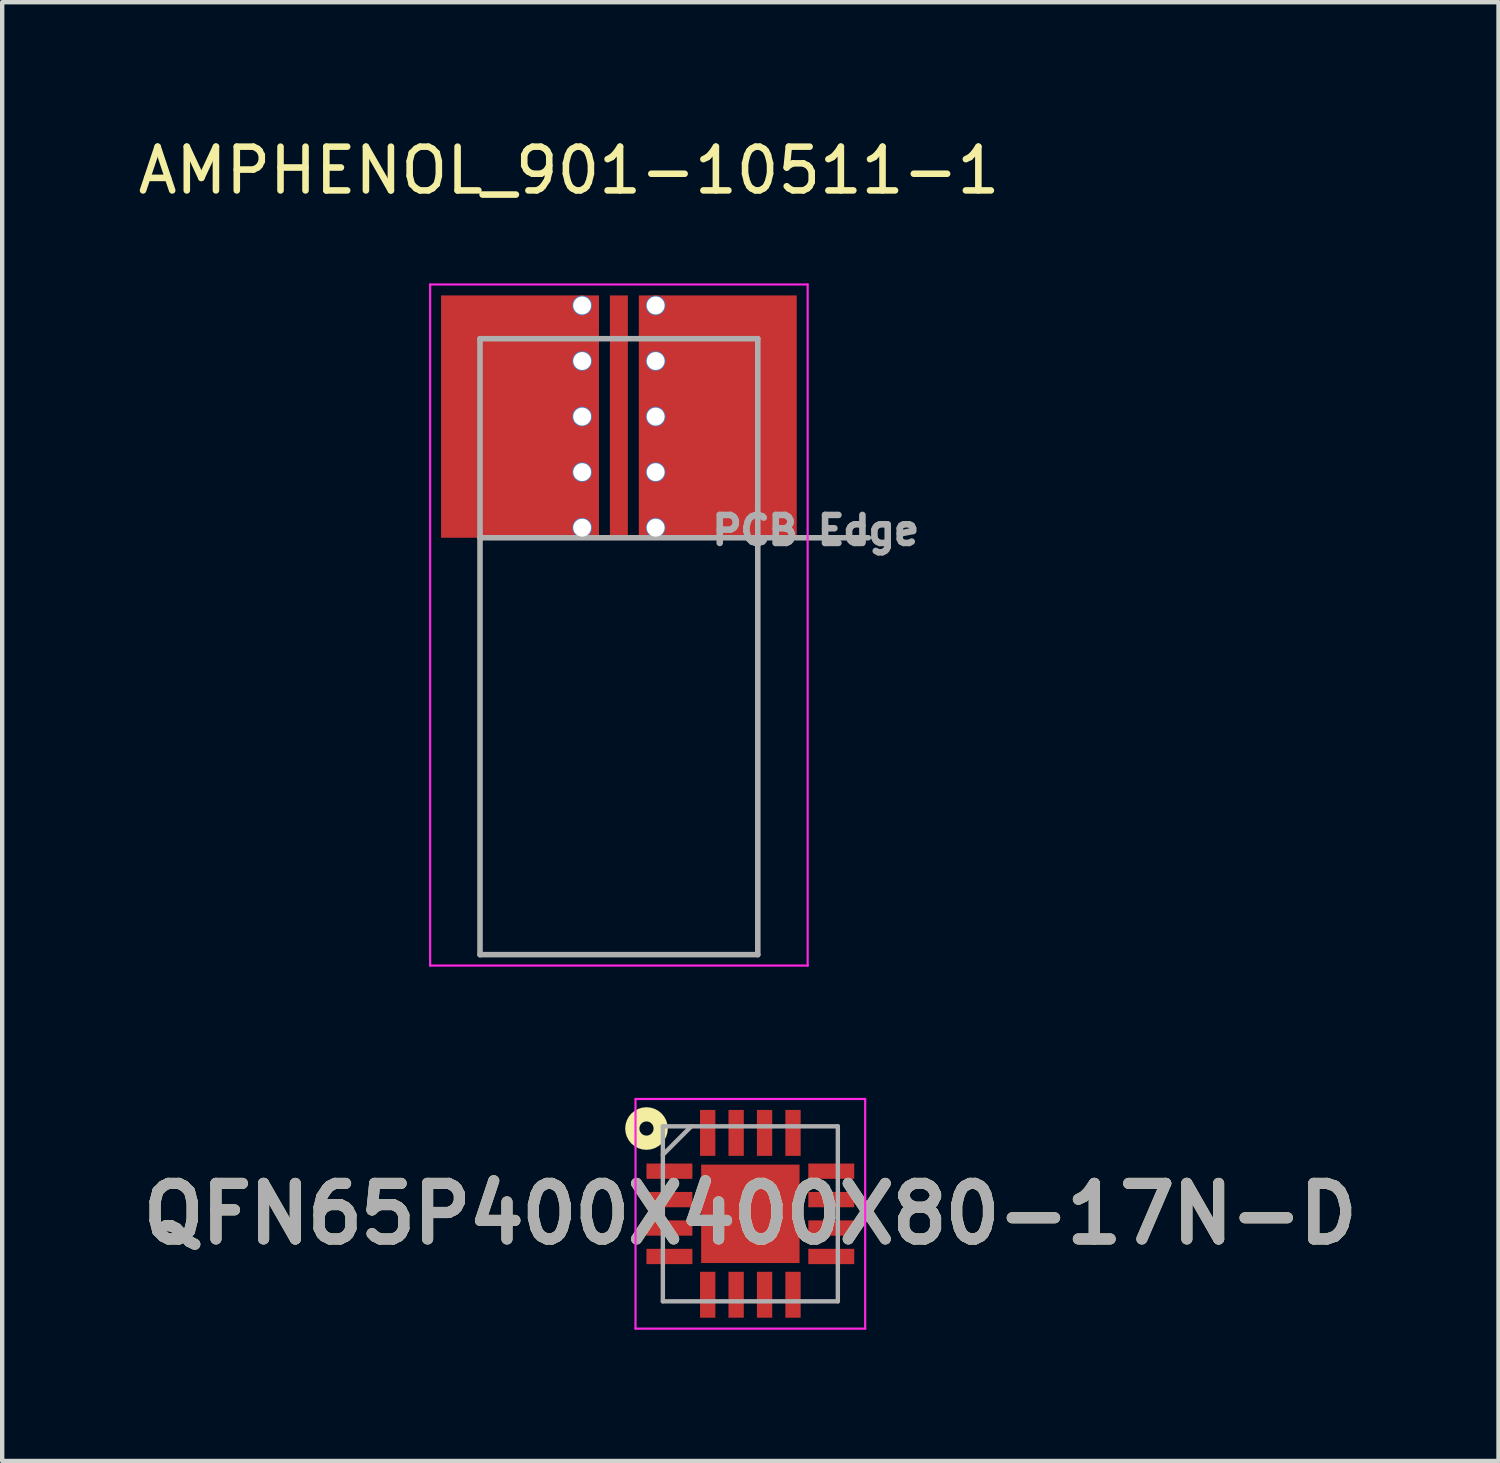
<source format=kicad_pcb>
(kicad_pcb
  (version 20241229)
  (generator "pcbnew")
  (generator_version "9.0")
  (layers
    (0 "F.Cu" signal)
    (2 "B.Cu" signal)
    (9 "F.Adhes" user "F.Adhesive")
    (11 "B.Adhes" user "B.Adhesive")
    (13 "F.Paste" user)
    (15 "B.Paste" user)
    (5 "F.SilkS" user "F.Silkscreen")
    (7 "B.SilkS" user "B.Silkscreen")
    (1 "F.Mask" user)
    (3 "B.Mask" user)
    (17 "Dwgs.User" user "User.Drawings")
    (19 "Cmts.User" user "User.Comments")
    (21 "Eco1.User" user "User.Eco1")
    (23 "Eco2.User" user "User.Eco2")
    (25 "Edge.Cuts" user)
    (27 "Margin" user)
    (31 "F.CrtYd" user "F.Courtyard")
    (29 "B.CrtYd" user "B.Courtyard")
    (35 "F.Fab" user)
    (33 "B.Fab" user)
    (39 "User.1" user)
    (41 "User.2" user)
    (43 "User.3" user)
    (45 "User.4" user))
  (footprint "AMPHENOL_901-10511-1"
    (layer "F.Cu")
    (at 11.098 6.473)
    (property "Reference" "AMPHENOL_901-10511-1" (at -1.14 -5.625 0) (layer "F.SilkS") (effects (font (size 1 1) (thickness 0.15))))
    (attr through_hole)
    (fp_line (start -4.315 -3.02) (end -4.315 12.55) (stroke (width 0.05) (type solid)) (layer "F.CrtYd"))
    (fp_line (start -4.315 12.55) (end 4.315 12.55) (stroke (width 0.05) (type solid)) (layer "F.CrtYd"))
    (fp_line (start 4.315 -3.02) (end -4.315 -3.02) (stroke (width 0.05) (type solid)) (layer "F.CrtYd"))
    (fp_line (start 4.315 12.55) (end 4.315 -3.02) (stroke (width 0.05) (type solid)) (layer "F.CrtYd"))
    (fp_line (start -3.175 -1.78) (end 3.175 -1.78) (stroke (width 0.127) (type solid)) (layer "F.Fab"))
    (fp_line (start -3.175 2.77) (end -3.175 -1.78) (stroke (width 0.127) (type solid)) (layer "F.Fab"))
    (fp_line (start -3.175 2.77) (end 5.7 2.77) (stroke (width 0.127) (type solid)) (layer "F.Fab"))
    (fp_line (start -3.175 12.3) (end -3.175 2.77) (stroke (width 0.127) (type solid)) (layer "F.Fab"))
    (fp_line (start 3.175 -1.78) (end 3.175 12.3) (stroke (width 0.127) (type solid)) (layer "F.Fab"))
    (fp_line (start 3.175 12.3) (end -3.175 12.3) (stroke (width 0.127) (type solid)) (layer "F.Fab"))
    (fp_text user "PCB Edge" (at 4.5 2.6 0) (layer "F.Fab") (effects (font (size 0.64 0.64) (thickness 0.15))))
    (pad "1" smd rect (at 0 0) (size 0.41 5.54) (layers "F.Cu" "F.Mask" "F.Paste"))
    (pad "G1" smd rect (at -2.26 0) (size 3.61 5.54) (layers "F.Cu" "F.Mask" "F.Paste"))
    (pad "G2" smd rect (at 2.26 0) (size 3.61 5.54) (layers "F.Cu" "F.Mask" "F.Paste"))
    (pad "G3" thru_hole circle (at -0.84 0) (size 0.45 0.45) (drill 0.41) (layers "*.Cu"))
    (pad "G4" thru_hole circle (at 0.84 0) (size 0.45 0.45) (drill 0.41) (layers "*.Cu"))
    (pad "G5" thru_hole circle (at -0.84 -1.27) (size 0.45 0.45) (drill 0.41) (layers "*.Cu"))
    (pad "G6" thru_hole circle (at 0.84 -1.27) (size 0.45 0.45) (drill 0.41) (layers "*.Cu"))
    (pad "G7" thru_hole circle (at -0.84 -2.54) (size 0.45 0.45) (drill 0.41) (layers "*.Cu"))
    (pad "G8" thru_hole circle (at 0.84 -2.54) (size 0.45 0.45) (drill 0.41) (layers "*.Cu"))
    (pad "G9" thru_hole circle (at 0.84 1.27) (size 0.45 0.45) (drill 0.41) (layers "*.Cu"))
    (pad "G10" thru_hole circle (at 0.84 2.54) (size 0.45 0.45) (drill 0.41) (layers "*.Cu"))
    (pad "G11" thru_hole circle (at -0.84 1.27) (size 0.45 0.45) (drill 0.41) (layers "*.Cu"))
    (pad "G12" thru_hole circle (at -0.84 2.54) (size 0.45 0.45) (drill 0.41) (layers "*.Cu")))
  (footprint "QFN65P400X400X80-17N-D"
    (layer "F.Cu")
    (at 14.103 24.698)
    (property "Reference" "QFN65P400X400X80-17N-D" (at 0 0 0) (layer "F.SilkS") (effects (font (size 1.27 1.27) (thickness 0.254))))
    (attr smd)
    (fp_circle (center -2.374 -1.95) (end -2.374 -1.788) (stroke (width 0.325) (type solid)) (fill no) (layer "F.SilkS"))
    (fp_line (start -2.625 -2.625) (end 2.625 -2.625) (stroke (width 0.05) (type solid)) (layer "F.CrtYd"))
    (fp_line (start -2.625 2.625) (end -2.625 -2.625) (stroke (width 0.05) (type solid)) (layer "F.CrtYd"))
    (fp_line (start 2.625 -2.625) (end 2.625 2.625) (stroke (width 0.05) (type solid)) (layer "F.CrtYd"))
    (fp_line (start 2.625 2.625) (end -2.625 2.625) (stroke (width 0.05) (type solid)) (layer "F.CrtYd"))
    (fp_line (start -2 -2) (end 2 -2) (stroke (width 0.1) (type solid)) (layer "F.Fab"))
    (fp_line (start -2 -1.35) (end -1.35 -2) (stroke (width 0.1) (type solid)) (layer "F.Fab"))
    (fp_line (start -2 2) (end -2 -2) (stroke (width 0.1) (type solid)) (layer "F.Fab"))
    (fp_line (start 2 -2) (end 2 2) (stroke (width 0.1) (type solid)) (layer "F.Fab"))
    (fp_line (start 2 2) (end -2 2) (stroke (width 0.1) (type solid)) (layer "F.Fab"))
    (fp_text user "${REFERENCE}" (at 0 0 0) (layer "F.Fab") (effects (font (size 1.27 1.27) (thickness 0.254))))
    (pad "1" smd rect (at -1.85 -0.975 90) (size 0.35 1.05) (layers "F.Cu" "F.Mask" "F.Paste"))
    (pad "2" smd rect (at -1.85 -0.325 90) (size 0.35 1.05) (layers "F.Cu" "F.Mask" "F.Paste"))
    (pad "3" smd rect (at -1.85 0.325 90) (size 0.35 1.05) (layers "F.Cu" "F.Mask" "F.Paste"))
    (pad "4" smd rect (at -1.85 0.975 90) (size 0.35 1.05) (layers "F.Cu" "F.Mask" "F.Paste"))
    (pad "5" smd rect (at -0.975 1.85) (size 0.35 1.05) (layers "F.Cu" "F.Mask" "F.Paste"))
    (pad "6" smd rect (at -0.325 1.85) (size 0.35 1.05) (layers "F.Cu" "F.Mask" "F.Paste"))
    (pad "7" smd rect (at 0.325 1.85) (size 0.35 1.05) (layers "F.Cu" "F.Mask" "F.Paste"))
    (pad "8" smd rect (at 0.975 1.85) (size 0.35 1.05) (layers "F.Cu" "F.Mask" "F.Paste"))
    (pad "9" smd rect (at 1.85 0.975 90) (size 0.35 1.05) (layers "F.Cu" "F.Mask" "F.Paste"))
    (pad "10" smd rect (at 1.85 0.325 90) (size 0.35 1.05) (layers "F.Cu" "F.Mask" "F.Paste"))
    (pad "11" smd rect (at 1.85 -0.325 90) (size 0.35 1.05) (layers "F.Cu" "F.Mask" "F.Paste"))
    (pad "12" smd rect (at 1.85 -0.975 90) (size 0.35 1.05) (layers "F.Cu" "F.Mask" "F.Paste"))
    (pad "13" smd rect (at 0.975 -1.85) (size 0.35 1.05) (layers "F.Cu" "F.Mask" "F.Paste"))
    (pad "14" smd rect (at 0.325 -1.85) (size 0.35 1.05) (layers "F.Cu" "F.Mask" "F.Paste"))
    (pad "15" smd rect (at -0.325 -1.85) (size 0.35 1.05) (layers "F.Cu" "F.Mask" "F.Paste"))
    (pad "16" smd rect (at -0.975 -1.85) (size 0.35 1.05) (layers "F.Cu" "F.Mask" "F.Paste"))
    (pad "17" smd rect (at 0 0) (size 2.25 2.25) (layers "F.Cu" "F.Mask" "F.Paste")))
  (gr_rect
    (start -3 -3)
    (end 31.206 30.348)
    (stroke (width 0.1) (type default))
    (fill no)
    (layer "Edge.Cuts")))
</source>
